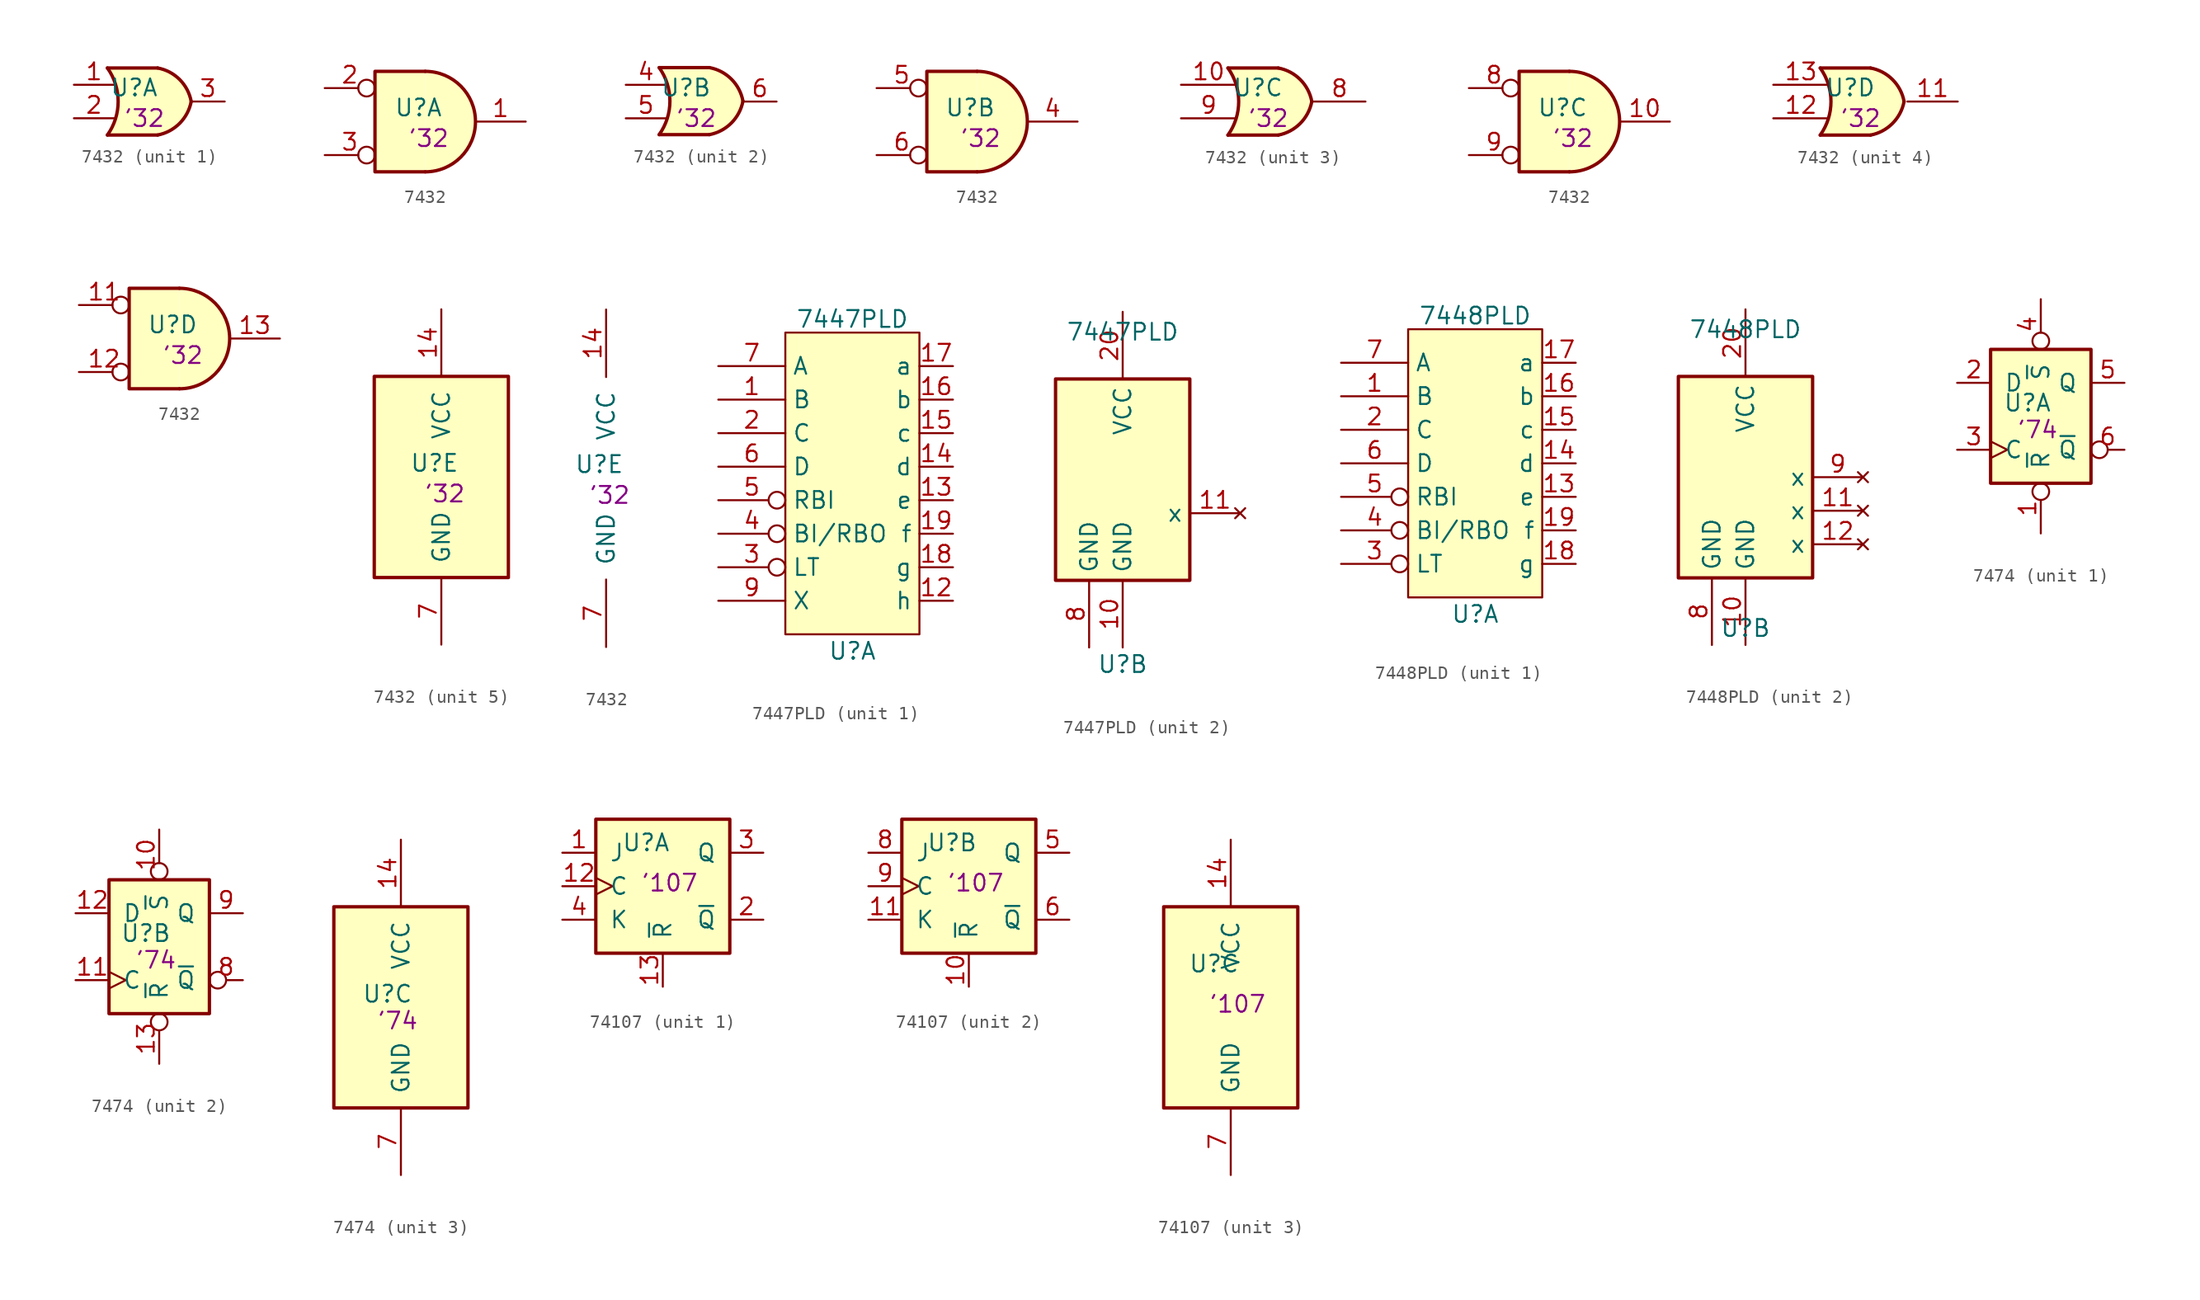
<source format=kicad_sym>
(kicad_symbol_lib
  (version 20241209)
  (generator "kicad_symbol_editor")
  (generator_version "9.0")
  (symbol "7432"
    (pin_names
      (offset 1.016))
    (property "Reference" "U"
      (at -0.515 1.05 0)
      (effects (font (size 1.27 1.27))))
    (property "Val" "'32"
      (at 0.254 -1.27 0)
      (effects (font (size 1.27 1.27))))
    (property "ki_locked" ""
      (at 0 0 0)
      (effects (font (size 1.27 1.27))))
    (symbol "7432_1_1"
      (arc (start -2.54 2.54) (mid -1.726 0) (end -2.54 -2.54) (stroke (width 0.254) (type default)) (fill (type none)))
      (polyline (pts (xy -2.54 2.54) (xy 1.27 2.54)) (stroke (width 0.254) (type default)) (fill (type background)))
      (polyline (pts (xy -2.54 2.54) (xy 1.27 2.54) (xy 1.27 -2.54) (xy -2.54 -2.54) (xy -1.893 -1.262) (xy -1.679 -0.002) (xy -1.917 1.329) (xy -2.54 2.54)) (stroke (width -0.0001) (type default)) (fill (type background)))
      (polyline (pts (xy -2.54 -2.54) (xy 1.27 -2.54)) (stroke (width 0.254) (type default)) (fill (type background)))
      (arc (start 3.81 0) (mid 2.9302 -1.6602) (end 1.27 -2.54) (stroke (width 0.254) (type default)) (fill (type background)))
      (arc (start 1.27 2.54) (mid 2.9351 1.6651) (end 3.81 0) (stroke (width 0.254) (type default)) (fill (type background)))
      (pin input line (at -5.08 1.27 0) (length 3.048) (name "~" (effects (font (size 1.27 1.27)))) (number "1" (effects (font (size 1.27 1.27)))))
      (pin input line (at -5.08 -1.27 0) (length 3.048) (name "~" (effects (font (size 1.27 1.27)))) (number "2" (effects (font (size 1.27 1.27)))))
      (pin output line (at 6.35 0 180) (length 2.54) (name "~" (effects (font (size 1.27 1.27)))) (number "3" (effects (font (size 1.27 1.27))))))
    (symbol "7432_1_2"
      (arc (start 0 3.81) (mid 3.7934 0) (end 0 -3.81) (stroke (width 0.254) (type default)) (fill (type background)))
      (polyline (pts (xy 0 3.81) (xy -3.81 3.81) (xy -3.81 -3.81) (xy 0 -3.81)) (stroke (width 0.254) (type default)) (fill (type background)))
      (pin input inverted (at -7.62 2.54 0) (length 3.81) (name "~" (effects (font (size 1.27 1.27)))) (number "2" (effects (font (size 1.27 1.27)))))
      (pin input inverted (at -7.62 -2.54 0) (length 3.81) (name "~" (effects (font (size 1.27 1.27)))) (number "3" (effects (font (size 1.27 1.27)))))
      (pin output line (at 7.62 0 180) (length 3.81) (name "~" (effects (font (size 1.27 1.27)))) (number "1" (effects (font (size 1.27 1.27))))))
    (symbol "7432_2_1"
      (arc (start -2.5472 2.5739) (mid -1.7332 0.0339) (end -2.5472 -2.5061) (stroke (width 0.254) (type default)) (fill (type none)))
      (polyline (pts (xy -2.547 2.574) (xy 1.263 2.574)) (stroke (width 0.254) (type default)) (fill (type background)))
      (polyline (pts (xy -2.547 2.574) (xy 1.263 2.574) (xy 1.263 -2.506) (xy -2.547 -2.506) (xy -1.9 -1.228) (xy -1.687 0.032) (xy -1.924 1.363) (xy -2.547 2.574)) (stroke (width -0.0001) (type default)) (fill (type background)))
      (polyline (pts (xy -2.547 -2.506) (xy 1.263 -2.506)) (stroke (width 0.254) (type default)) (fill (type background)))
      (arc (start 3.8028 0.0339) (mid 2.9229 -1.6261) (end 1.2628 -2.5061) (stroke (width 0.254) (type default)) (fill (type background)))
      (arc (start 1.2628 2.5739) (mid 2.9279 1.699) (end 3.8028 0.0339) (stroke (width 0.254) (type default)) (fill (type background)))
      (pin input line (at -5.08 1.27 0) (length 3.048) (name "~" (effects (font (size 1.27 1.27)))) (number "4" (effects (font (size 1.27 1.27)))))
      (pin input line (at -5.08 -1.27 0) (length 3.048) (name "~" (effects (font (size 1.27 1.27)))) (number "5" (effects (font (size 1.27 1.27)))))
      (pin output line (at 6.35 0 180) (length 2.54) (name "~" (effects (font (size 1.27 1.27)))) (number "6" (effects (font (size 1.27 1.27))))))
    (symbol "7432_2_2"
      (arc (start 0 3.81) (mid 3.7934 0) (end 0 -3.81) (stroke (width 0.254) (type default)) (fill (type background)))
      (polyline (pts (xy 0 3.81) (xy -3.81 3.81) (xy -3.81 -3.81) (xy 0 -3.81)) (stroke (width 0.254) (type default)) (fill (type background)))
      (pin input inverted (at -7.62 2.54 0) (length 3.81) (name "~" (effects (font (size 1.27 1.27)))) (number "5" (effects (font (size 1.27 1.27)))))
      (pin input inverted (at -7.62 -2.54 0) (length 3.81) (name "~" (effects (font (size 1.27 1.27)))) (number "6" (effects (font (size 1.27 1.27)))))
      (pin output line (at 7.62 0 180) (length 3.81) (name "~" (effects (font (size 1.27 1.27)))) (number "4" (effects (font (size 1.27 1.27))))))
    (symbol "7432_3_1"
      (arc (start -2.7941 2.54) (mid -1.9801 0) (end -2.7941 -2.54) (stroke (width 0.254) (type default)) (fill (type none)))
      (polyline (pts (xy -2.794 2.54) (xy 1.016 2.54)) (stroke (width 0.254) (type default)) (fill (type background)))
      (polyline (pts (xy -2.794 2.54) (xy 1.016 2.54) (xy 1.016 -2.54) (xy -2.794 -2.54) (xy -2.147 -1.262) (xy -1.933 -0.002) (xy -2.171 1.329) (xy -2.794 2.54)) (stroke (width -0.0001) (type default)) (fill (type background)))
      (polyline (pts (xy -2.794 -2.54) (xy 1.016 -2.54)) (stroke (width 0.254) (type default)) (fill (type background)))
      (arc (start 3.5559 0) (mid 2.6761 -1.6602) (end 1.0159 -2.54) (stroke (width 0.254) (type default)) (fill (type background)))
      (arc (start 1.0159 2.54) (mid 2.681 1.6651) (end 3.5559 0) (stroke (width 0.254) (type default)) (fill (type background)))
      (pin input line (at -6.35 1.27 0) (length 4.191) (name "~" (effects (font (size 1.27 1.27)))) (number "10" (effects (font (size 1.27 1.27)))))
      (pin input line (at -6.35 -1.27 0) (length 4.191) (name "~" (effects (font (size 1.27 1.27)))) (number "9" (effects (font (size 1.27 1.27)))))
      (pin output line (at 7.62 0 180) (length 3.937) (name "~" (effects (font (size 1.27 1.27)))) (number "8" (effects (font (size 1.27 1.27))))))
    (symbol "7432_3_2"
      (arc (start 0 3.81) (mid 3.7934 0) (end 0 -3.81) (stroke (width 0.254) (type default)) (fill (type background)))
      (polyline (pts (xy 0 3.81) (xy -3.81 3.81) (xy -3.81 -3.81) (xy 0 -3.81)) (stroke (width 0.254) (type default)) (fill (type background)))
      (pin input inverted (at -7.62 2.54 0) (length 3.81) (name "~" (effects (font (size 1.27 1.27)))) (number "8" (effects (font (size 1.27 1.27)))))
      (pin input inverted (at -7.62 -2.54 0) (length 3.81) (name "~" (effects (font (size 1.27 1.27)))) (number "9" (effects (font (size 1.27 1.27)))))
      (pin output line (at 7.62 0 180) (length 3.81) (name "~" (effects (font (size 1.27 1.27)))) (number "10" (effects (font (size 1.27 1.27))))))
    (symbol "7432_4_1"
      (arc (start -2.7941 2.54) (mid -1.9801 0) (end -2.7941 -2.54) (stroke (width 0.254) (type default)) (fill (type none)))
      (polyline (pts (xy -2.794 2.54) (xy 1.016 2.54)) (stroke (width 0.254) (type default)) (fill (type background)))
      (polyline (pts (xy -2.794 2.54) (xy 1.016 2.54) (xy 1.016 -2.54) (xy -2.794 -2.54) (xy -2.147 -1.262) (xy -1.933 -0.002) (xy -2.171 1.329) (xy -2.794 2.54)) (stroke (width -0.0001) (type default)) (fill (type background)))
      (polyline (pts (xy -2.794 -2.54) (xy 1.016 -2.54)) (stroke (width 0.254) (type default)) (fill (type background)))
      (arc (start 3.5559 0) (mid 2.6761 -1.6602) (end 1.0159 -2.54) (stroke (width 0.254) (type default)) (fill (type background)))
      (arc (start 1.0159 2.54) (mid 2.681 1.6651) (end 3.5559 0) (stroke (width 0.254) (type default)) (fill (type background)))
      (pin input line (at -6.35 1.27 0) (length 4.191) (name "~" (effects (font (size 1.27 1.27)))) (number "13" (effects (font (size 1.27 1.27)))))
      (pin input line (at -6.35 -1.27 0) (length 4.191) (name "~" (effects (font (size 1.27 1.27)))) (number "12" (effects (font (size 1.27 1.27)))))
      (pin output line (at 7.62 0 180) (length 3.81) (name "~" (effects (font (size 1.27 1.27)))) (number "11" (effects (font (size 1.27 1.27))))))
    (symbol "7432_4_2"
      (arc (start 0 3.81) (mid 3.7934 0) (end 0 -3.81) (stroke (width 0.254) (type default)) (fill (type background)))
      (polyline (pts (xy 0 3.81) (xy -3.81 3.81) (xy -3.81 -3.81) (xy 0 -3.81)) (stroke (width 0.254) (type default)) (fill (type background)))
      (pin input inverted (at -7.62 2.54 0) (length 3.81) (name "~" (effects (font (size 1.27 1.27)))) (number "11" (effects (font (size 1.27 1.27)))))
      (pin input inverted (at -7.62 -2.54 0) (length 3.81) (name "~" (effects (font (size 1.27 1.27)))) (number "12" (effects (font (size 1.27 1.27)))))
      (pin output line (at 7.62 0 180) (length 3.81) (name "~" (effects (font (size 1.27 1.27)))) (number "13" (effects (font (size 1.27 1.27))))))
    (symbol "7432_5_0"
      (pin power_in line (at 0 12.7 270) (length 5.08) (name "VCC" (effects (font (size 1.27 1.27)))) (number "14" (effects (font (size 1.27 1.27)))))
      (pin power_in line (at 0 -12.7 90) (length 5.08) (name "GND" (effects (font (size 1.27 1.27)))) (number "7" (effects (font (size 1.27 1.27))))))
    (symbol "7432_5_1"
      (rectangle (start -5.08 7.62) (end 5.08 -7.62) (stroke (width 0.254) (type default)) (fill (type background)))))
  (symbol "7447PLD"
    (property "Reference" "U"
      (at 0 -13.97 0)
      (effects (font (size 1.27 1.27))))
    (property "Value" "7447PLD"
      (at 0 11.176 0)
      (effects (font (size 1.27 1.27))))
    (property "ki_locked" ""
      (at 0 0 0)
      (effects (font (size 1.27 1.27))))
    (symbol "7447PLD_1_1"
      (rectangle (start -5.08 10.16) (end 5.08 -12.7) (stroke (width 0) (type default)) (fill (type background)))
      (pin input line (at -10.16 7.62 0) (length 5.08) (name "A" (effects (font (size 1.27 1.27)))) (number "7" (effects (font (size 1.27 1.27)))))
      (pin input line (at -10.16 5.08 0) (length 5.08) (name "B" (effects (font (size 1.27 1.27)))) (number "1" (effects (font (size 1.27 1.27)))))
      (pin input line (at -10.16 2.54 0) (length 5.08) (name "C" (effects (font (size 1.27 1.27)))) (number "2" (effects (font (size 1.27 1.27)))))
      (pin input line (at -10.16 0 0) (length 5.08) (name "D" (effects (font (size 1.27 1.27)))) (number "6" (effects (font (size 1.27 1.27)))))
      (pin input inverted (at -10.16 -2.54 0) (length 5.08) (name "RBI" (effects (font (size 1.27 1.27)))) (number "5" (effects (font (size 1.27 1.27)))))
      (pin bidirectional inverted (at -10.16 -5.08 0) (length 5.08) (name "BI/RBO" (effects (font (size 1.27 1.27)))) (number "4" (effects (font (size 1.27 1.27)))))
      (pin bidirectional inverted (at -10.16 -7.62 0) (length 5.08) (name "LT" (effects (font (size 1.27 1.27)))) (number "3" (effects (font (size 1.27 1.27)))))
      (pin input line (at -10.16 -10.16 0) (length 5.08) (name "X" (effects (font (size 1.27 1.27)))) (number "9" (effects (font (size 1.27 1.27)))))
      (pin output line (at 7.62 7.62 180) (length 2.54) (name "a" (effects (font (size 1.27 1.27)))) (number "17" (effects (font (size 1.27 1.27)))))
      (pin output line (at 7.62 5.08 180) (length 2.54) (name "b" (effects (font (size 1.27 1.27)))) (number "16" (effects (font (size 1.27 1.27)))))
      (pin output line (at 7.62 2.54 180) (length 2.54) (name "c" (effects (font (size 1.27 1.27)))) (number "15" (effects (font (size 1.27 1.27)))))
      (pin output line (at 7.62 0 180) (length 2.54) (name "d" (effects (font (size 1.27 1.27)))) (number "14" (effects (font (size 1.27 1.27)))))
      (pin output line (at 7.62 -2.54 180) (length 2.54) (name "e" (effects (font (size 1.27 1.27)))) (number "13" (effects (font (size 1.27 1.27)))))
      (pin output line (at 7.62 -5.08 180) (length 2.54) (name "f" (effects (font (size 1.27 1.27)))) (number "19" (effects (font (size 1.27 1.27)))))
      (pin output line (at 7.62 -7.62 180) (length 2.54) (name "g" (effects (font (size 1.27 1.27)))) (number "18" (effects (font (size 1.27 1.27)))))
      (pin output line (at 7.62 -10.16 180) (length 2.54) (name "h" (effects (font (size 1.27 1.27)))) (number "12" (effects (font (size 1.27 1.27))))))
    (symbol "7447PLD_2_0"
      (pin power_in line (at -2.54 -12.7 90) (length 5.08) (name "GND" (effects (font (size 1.27 1.27)))) (number "8" (effects (font (size 1.27 1.27)))))
      (pin power_in line (at 0 12.7 270) (length 5.08) (name "VCC" (effects (font (size 1.27 1.27)))) (number "20" (effects (font (size 1.27 1.27)))))
      (pin power_in line (at 0 -12.7 90) (length 5.08) (name "GND" (effects (font (size 1.27 1.27)))) (number "10" (effects (font (size 1.27 1.27)))))
      (pin no_connect line (at 8.89 -2.54 180) (length 3.81) (name "x" (effects (font (size 1.27 1.27)))) (number "11" (effects (font (size 1.27 1.27))))))
    (symbol "7447PLD_2_1"
      (rectangle (start -5.08 7.62) (end 5.08 -7.62) (stroke (width 0.254) (type default)) (fill (type background)))))
  (symbol "7448PLD"
    (property "Reference" "U"
      (at 0 -11.43 0)
      (effects (font (size 1.27 1.27))))
    (property "Value" "7448PLD"
      (at 0 11.176 0)
      (effects (font (size 1.27 1.27))))
    (property "ki_locked" ""
      (at 0 0 0)
      (effects (font (size 1.27 1.27))))
    (symbol "7448PLD_1_1"
      (rectangle (start -5.08 10.16) (end 5.08 -10.16) (stroke (width 0) (type default)) (fill (type background)))
      (pin input line (at -10.16 7.62 0) (length 5.08) (name "A" (effects (font (size 1.27 1.27)))) (number "7" (effects (font (size 1.27 1.27)))))
      (pin input line (at -10.16 5.08 0) (length 5.08) (name "B" (effects (font (size 1.27 1.27)))) (number "1" (effects (font (size 1.27 1.27)))))
      (pin input line (at -10.16 2.54 0) (length 5.08) (name "C" (effects (font (size 1.27 1.27)))) (number "2" (effects (font (size 1.27 1.27)))))
      (pin input line (at -10.16 0 0) (length 5.08) (name "D" (effects (font (size 1.27 1.27)))) (number "6" (effects (font (size 1.27 1.27)))))
      (pin input inverted (at -10.16 -2.54 0) (length 5.08) (name "RBI" (effects (font (size 1.27 1.27)))) (number "5" (effects (font (size 1.27 1.27)))))
      (pin bidirectional inverted (at -10.16 -5.08 0) (length 5.08) (name "BI/RBO" (effects (font (size 1.27 1.27)))) (number "4" (effects (font (size 1.27 1.27)))))
      (pin bidirectional inverted (at -10.16 -7.62 0) (length 5.08) (name "LT" (effects (font (size 1.27 1.27)))) (number "3" (effects (font (size 1.27 1.27)))))
      (pin output line (at 7.62 7.62 180) (length 2.54) (name "a" (effects (font (size 1.27 1.27)))) (number "17" (effects (font (size 1.27 1.27)))))
      (pin output line (at 7.62 5.08 180) (length 2.54) (name "b" (effects (font (size 1.27 1.27)))) (number "16" (effects (font (size 1.27 1.27)))))
      (pin output line (at 7.62 2.54 180) (length 2.54) (name "c" (effects (font (size 1.27 1.27)))) (number "15" (effects (font (size 1.27 1.27)))))
      (pin output line (at 7.62 0 180) (length 2.54) (name "d" (effects (font (size 1.27 1.27)))) (number "14" (effects (font (size 1.27 1.27)))))
      (pin output line (at 7.62 -2.54 180) (length 2.54) (name "e" (effects (font (size 1.27 1.27)))) (number "13" (effects (font (size 1.27 1.27)))))
      (pin output line (at 7.62 -5.08 180) (length 2.54) (name "f" (effects (font (size 1.27 1.27)))) (number "19" (effects (font (size 1.27 1.27)))))
      (pin output line (at 7.62 -7.62 180) (length 2.54) (name "g" (effects (font (size 1.27 1.27)))) (number "18" (effects (font (size 1.27 1.27))))))
    (symbol "7448PLD_2_0"
      (pin power_in line (at -2.54 -12.7 90) (length 5.08) (name "GND" (effects (font (size 1.27 1.27)))) (number "8" (effects (font (size 1.27 1.27)))))
      (pin power_in line (at 0 12.7 270) (length 5.08) (name "VCC" (effects (font (size 1.27 1.27)))) (number "20" (effects (font (size 1.27 1.27)))))
      (pin power_in line (at 0 -12.7 90) (length 5.08) (name "GND" (effects (font (size 1.27 1.27)))) (number "10" (effects (font (size 1.27 1.27)))))
      (pin no_connect line (at 8.89 0 180) (length 3.81) (name "x" (effects (font (size 1.27 1.27)))) (number "9" (effects (font (size 1.27 1.27)))))
      (pin no_connect line (at 8.89 -2.54 180) (length 3.81) (name "x" (effects (font (size 1.27 1.27)))) (number "11" (effects (font (size 1.27 1.27)))))
      (pin no_connect line (at 8.89 -5.08 180) (length 3.81) (name "x" (effects (font (size 1.27 1.27)))) (number "12" (effects (font (size 1.27 1.27))))))
    (symbol "7448PLD_2_1"
      (rectangle (start -5.08 7.62) (end 5.08 -7.62) (stroke (width 0.254) (type default)) (fill (type background)))))
  (symbol "7474"
    (pin_names
      (offset 1.016))
    (property "Reference" "U"
      (at -1.016 1.016 0)
      (effects (font (size 1.27 1.27))))
    (property "Val" "'74"
      (at -0.254 -1.016 0)
      (effects (font (size 1.27 1.27))))
    (property "ki_locked" ""
      (at 0 0 0)
      (effects (font (size 1.27 1.27))))
    (symbol "7474_1_0"
      (pin input line (at -6.35 2.54 0) (length 2.54) (name "D" (effects (font (size 1.27 1.27)))) (number "2" (effects (font (size 1.27 1.27)))))
      (pin input clock (at -6.35 -2.54 0) (length 2.54) (name "C" (effects (font (size 1.27 1.27)))) (number "3" (effects (font (size 1.27 1.27)))))
      (pin input inverted (at 0 8.89 270) (length 3.81) (name "~{S}" (effects (font (size 1.27 1.27)))) (number "4" (effects (font (size 1.27 1.27)))))
      (pin input inverted (at 0 -8.89 90) (length 3.81) (name "~{R}" (effects (font (size 1.27 1.27)))) (number "1" (effects (font (size 1.27 1.27)))))
      (pin output line (at 6.35 2.54 180) (length 2.54) (name "Q" (effects (font (size 1.27 1.27)))) (number "5" (effects (font (size 1.27 1.27)))))
      (pin output inverted (at 6.35 -2.54 180) (length 2.54) (name "~{Q}" (effects (font (size 1.27 1.27)))) (number "6" (effects (font (size 1.27 1.27))))))
    (symbol "7474_1_1"
      (rectangle (start -3.81 5.08) (end 3.81 -5.08) (stroke (width 0.254) (type default)) (fill (type background))))
    (symbol "7474_2_0"
      (pin input line (at -6.35 2.54 0) (length 2.54) (name "D" (effects (font (size 1.27 1.27)))) (number "12" (effects (font (size 1.27 1.27)))))
      (pin input clock (at -6.35 -2.54 0) (length 2.54) (name "C" (effects (font (size 1.27 1.27)))) (number "11" (effects (font (size 1.27 1.27)))))
      (pin input inverted (at 0 8.89 270) (length 3.81) (name "~{S}" (effects (font (size 1.27 1.27)))) (number "10" (effects (font (size 1.27 1.27)))))
      (pin input inverted (at 0 -8.89 90) (length 3.81) (name "~{R}" (effects (font (size 1.27 1.27)))) (number "13" (effects (font (size 1.27 1.27)))))
      (pin output line (at 6.35 2.54 180) (length 2.54) (name "Q" (effects (font (size 1.27 1.27)))) (number "9" (effects (font (size 1.27 1.27)))))
      (pin output inverted (at 6.35 -2.54 180) (length 2.54) (name "~{Q}" (effects (font (size 1.27 1.27)))) (number "8" (effects (font (size 1.27 1.27))))))
    (symbol "7474_2_1"
      (rectangle (start -3.81 5.08) (end 3.81 -5.08) (stroke (width 0.254) (type default)) (fill (type background))))
    (symbol "7474_3_0"
      (pin power_in line (at 0 12.7 270) (length 5.08) (name "VCC" (effects (font (size 1.27 1.27)))) (number "14" (effects (font (size 1.27 1.27)))))
      (pin power_in line (at 0 -12.7 90) (length 5.08) (name "GND" (effects (font (size 1.27 1.27)))) (number "7" (effects (font (size 1.27 1.27))))))
    (symbol "7474_3_1"
      (rectangle (start -5.08 7.62) (end 5.08 -7.62) (stroke (width 0.254) (type default)) (fill (type background)))))
  (symbol "74107"
    (pin_names
      (offset 1.016))
    (property "Reference" "U"
      (at -1.27 3.302 0)
      (effects (font (size 1.27 1.27))))
    (property "Val" "'107"
      (at 0.508 0.254 0)
      (effects (font (size 1.27 1.27))))
    (property "ki_locked" ""
      (at 0 0 0)
      (effects (font (size 1.27 1.27))))
    (symbol "74107_1_0"
      (pin input line (at -7.62 2.54 0) (length 2.54) (name "J" (effects (font (size 1.27 1.27)))) (number "1" (effects (font (size 1.27 1.27)))))
      (pin input clock (at -7.62 0 0) (length 2.54) (name "C" (effects (font (size 1.27 1.27)))) (number "12" (effects (font (size 1.27 1.27)))))
      (pin input line (at -7.62 -2.54 0) (length 2.54) (name "K" (effects (font (size 1.27 1.27)))) (number "4" (effects (font (size 1.27 1.27)))))
      (pin input line (at 0 -7.62 90) (length 2.54) (name "~{R}" (effects (font (size 1.27 1.27)))) (number "13" (effects (font (size 1.27 1.27)))))
      (pin output line (at 7.62 2.54 180) (length 2.54) (name "Q" (effects (font (size 1.27 1.27)))) (number "3" (effects (font (size 1.27 1.27)))))
      (pin output line (at 7.62 -2.54 180) (length 2.54) (name "~{Q}" (effects (font (size 1.27 1.27)))) (number "2" (effects (font (size 1.27 1.27))))))
    (symbol "74107_1_1"
      (rectangle (start -5.08 5.08) (end 5.08 -5.08) (stroke (width 0.254) (type default)) (fill (type background))))
    (symbol "74107_2_0"
      (pin input line (at -7.62 2.54 0) (length 2.54) (name "J" (effects (font (size 1.27 1.27)))) (number "8" (effects (font (size 1.27 1.27)))))
      (pin input clock (at -7.62 0 0) (length 2.54) (name "C" (effects (font (size 1.27 1.27)))) (number "9" (effects (font (size 1.27 1.27)))))
      (pin input line (at -7.62 -2.54 0) (length 2.54) (name "K" (effects (font (size 1.27 1.27)))) (number "11" (effects (font (size 1.27 1.27)))))
      (pin input line (at 0 -7.62 90) (length 2.54) (name "~{R}" (effects (font (size 1.27 1.27)))) (number "10" (effects (font (size 1.27 1.27)))))
      (pin output line (at 7.62 2.54 180) (length 2.54) (name "Q" (effects (font (size 1.27 1.27)))) (number "5" (effects (font (size 1.27 1.27)))))
      (pin output line (at 7.62 -2.54 180) (length 2.54) (name "~{Q}" (effects (font (size 1.27 1.27)))) (number "6" (effects (font (size 1.27 1.27))))))
    (symbol "74107_2_1"
      (rectangle (start -5.08 5.08) (end 5.08 -5.08) (stroke (width 0.254) (type default)) (fill (type background))))
    (symbol "74107_3_0"
      (pin power_in line (at 0 12.7 270) (length 5.08) (name "VCC" (effects (font (size 1.27 1.27)))) (number "14" (effects (font (size 1.27 1.27)))))
      (pin power_in line (at 0 -12.7 90) (length 5.08) (name "GND" (effects (font (size 1.27 1.27)))) (number "7" (effects (font (size 1.27 1.27))))))
    (symbol "74107_3_1"
      (rectangle (start -5.08 7.62) (end 5.08 -7.62) (stroke (width 0.254) (type default)) (fill (type background))))))
</source>
